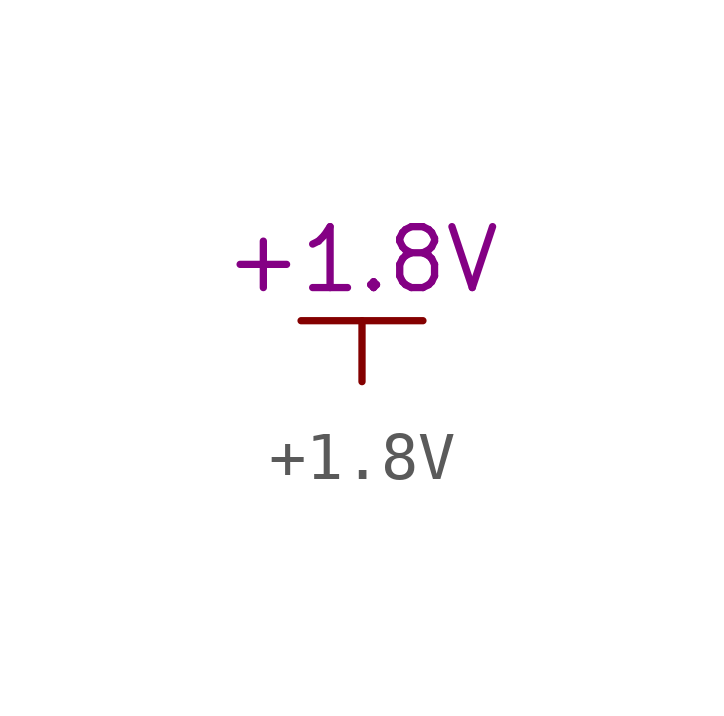
<source format=kicad_sym>
(kicad_symbol_lib
  (version 20211014)
  (generator kicad_symbol_editor)
  (symbol "+1.8V"
    (power)
    (pin_numbers hide)
    (pin_names
      (offset 0) hide)
    (property "Reference" "#PWR"
      (at 5.08 1.27 0)
      (effects (font (size 1.27 1.27)) hide))
    (property "PartValue" "+1.8V"
      (at 0 2.54 0)
      (effects (font (size 1.27 1.27))))
    (symbol "+1.8V_0_1"
      (polyline (pts (xy -1.27 1.27) (xy 1.27 1.27)) (stroke (width 0.152) (type default) (color 0 0 0 0)) (fill (type none))))
    (symbol "+1.8V_1_1"
      (pin power_in line (at 0 0 90) (length 1.27) (name "+1.8V" (effects (font (size 1.27 1.27)))) (number "1" (effects (font (size 1.27 1.27))))))))
</source>
